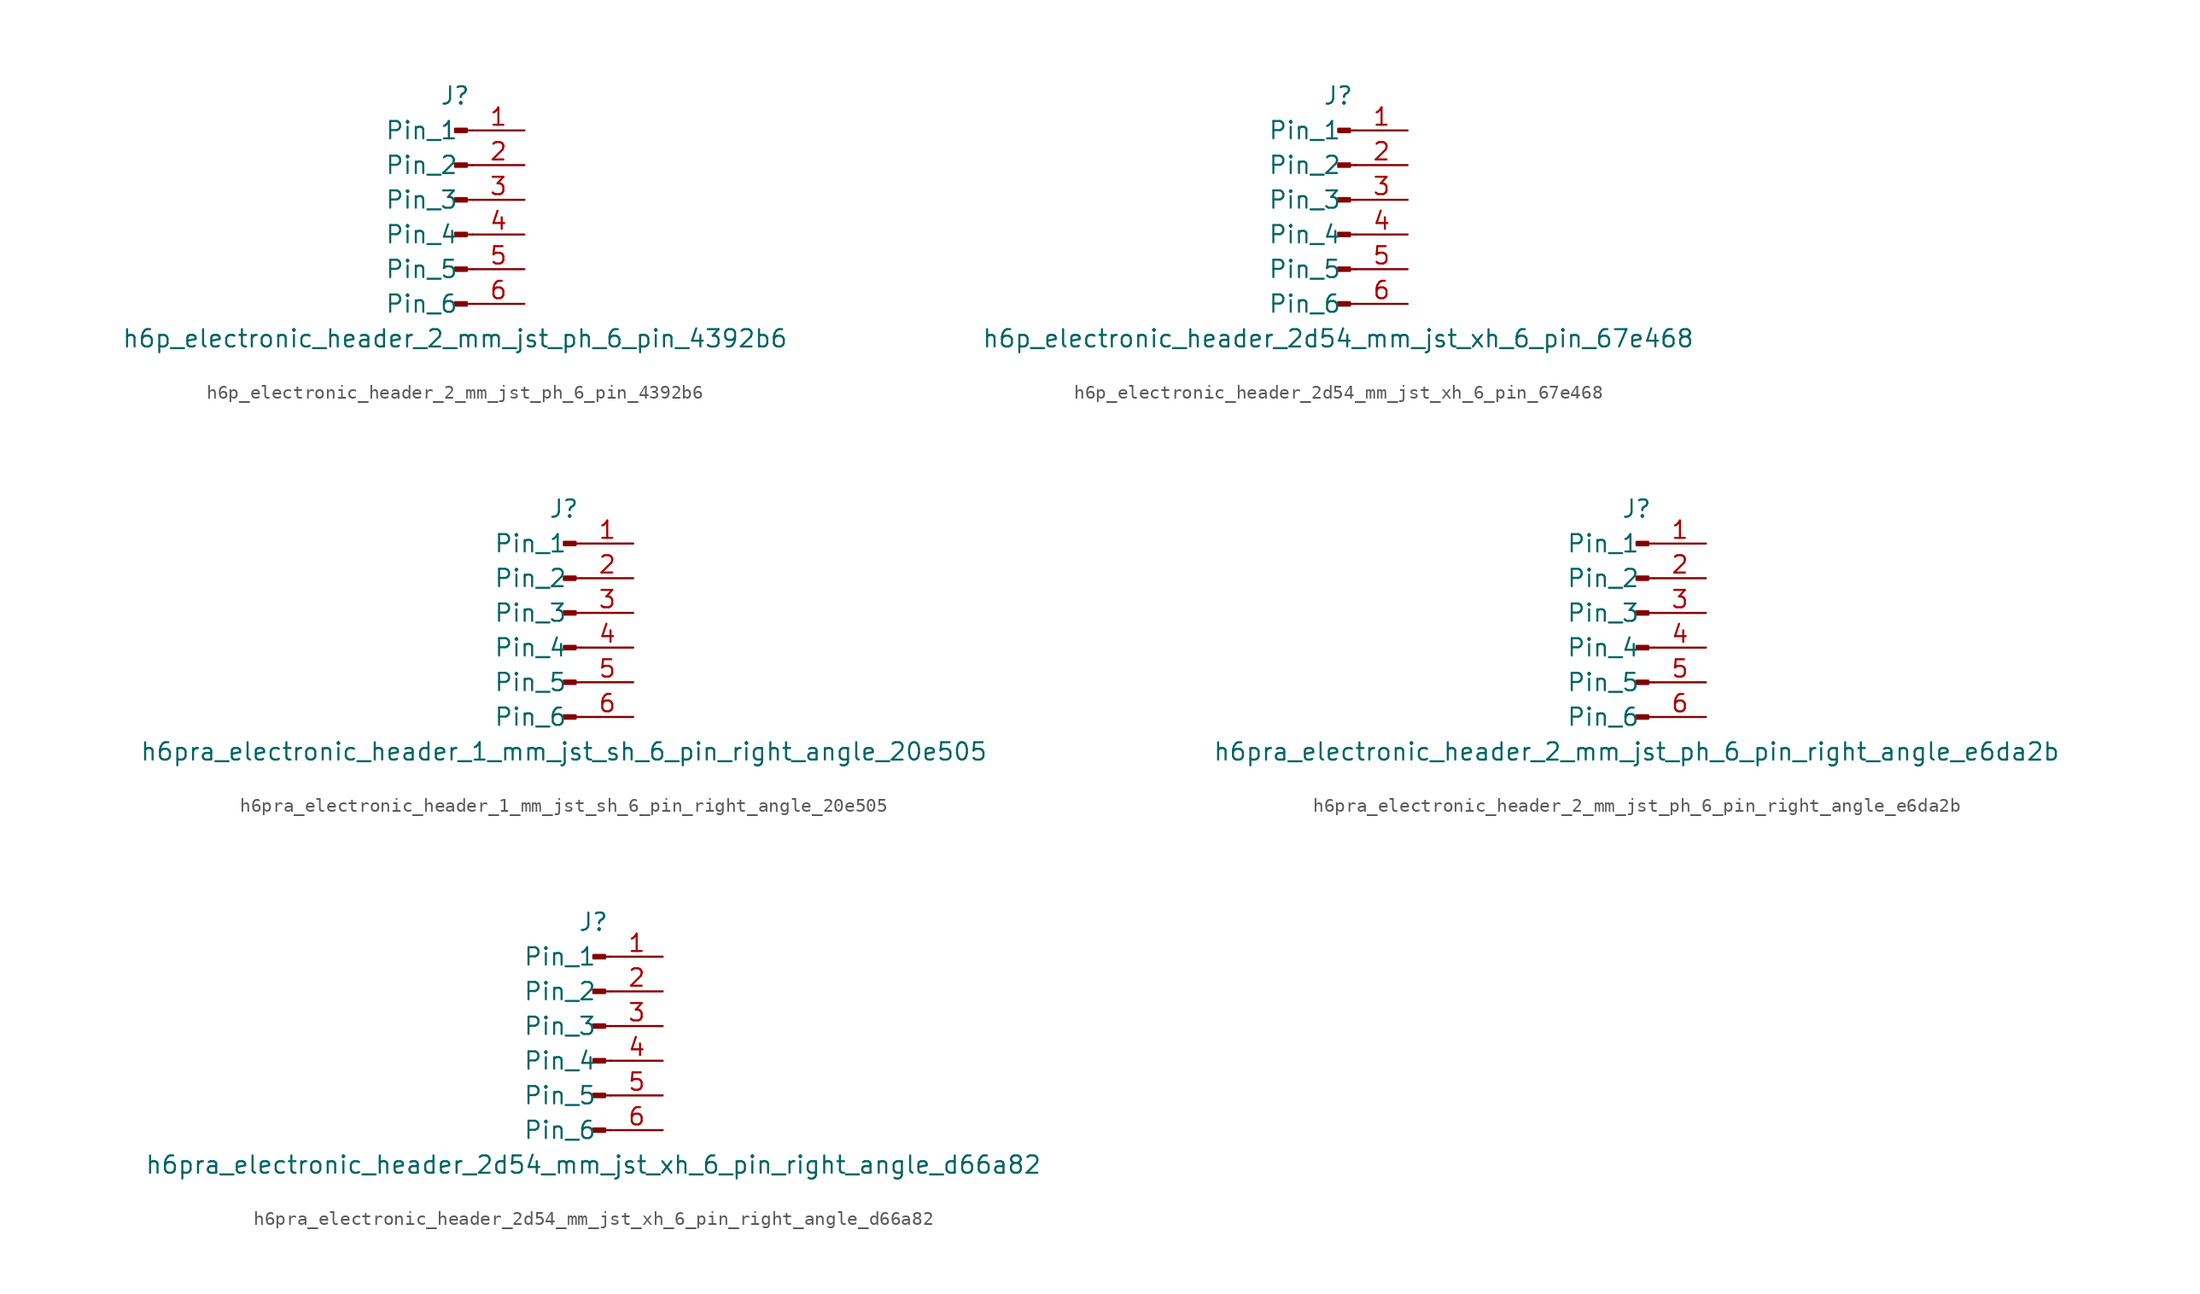
<source format=kicad_sym>
(kicad_symbol_lib
  (version 20220914)
  (generator kicad_symbol_editor)
  (symbol "h6p_electronic_header_2_mm_jst_ph_6_pin_4392b6"
    (pin_names
      (offset 1.016))
    (property "Reference" "J"
      (at 0 7.62 0)
      (effects (font (size 1.27 1.27))))
    (property "Value" "h6p_electronic_header_2_mm_jst_ph_6_pin_4392b6"
      (at 0 -10.16 0)
      (effects (font (size 1.27 1.27))))
    (property "ki_locked" ""
      (at 0 0 0)
      (effects (font (size 1.27 1.27))))
    (symbol "h6p_electronic_header_2_mm_jst_ph_6_pin_4392b6_1_1"
      (polyline (pts (xy 1.27 -7.62) (xy 0.864 -7.62)) (stroke (width 0.152) (type default)) (fill (type none)))
      (polyline (pts (xy 1.27 -5.08) (xy 0.864 -5.08)) (stroke (width 0.152) (type default)) (fill (type none)))
      (polyline (pts (xy 1.27 -2.54) (xy 0.864 -2.54)) (stroke (width 0.152) (type default)) (fill (type none)))
      (polyline (pts (xy 1.27 0) (xy 0.864 0)) (stroke (width 0.152) (type default)) (fill (type none)))
      (polyline (pts (xy 1.27 2.54) (xy 0.864 2.54)) (stroke (width 0.152) (type default)) (fill (type none)))
      (polyline (pts (xy 1.27 5.08) (xy 0.864 5.08)) (stroke (width 0.152) (type default)) (fill (type none)))
      (rectangle (start 0.864 -7.493) (end 0 -7.747) (stroke (width 0.152) (type default)) (fill (type outline)))
      (rectangle (start 0.864 -4.953) (end 0 -5.207) (stroke (width 0.152) (type default)) (fill (type outline)))
      (rectangle (start 0.864 -2.413) (end 0 -2.667) (stroke (width 0.152) (type default)) (fill (type outline)))
      (rectangle (start 0.864 0.127) (end 0 -0.127) (stroke (width 0.152) (type default)) (fill (type outline)))
      (rectangle (start 0.864 2.667) (end 0 2.413) (stroke (width 0.152) (type default)) (fill (type outline)))
      (rectangle (start 0.864 5.207) (end 0 4.953) (stroke (width 0.152) (type default)) (fill (type outline)))
      (pin passive line (at 5.08 5.08 180) (length 3.81) (name "Pin_1" (effects (font (size 1.27 1.27)))) (number "1" (effects (font (size 1.27 1.27)))))
      (pin passive line (at 5.08 2.54 180) (length 3.81) (name "Pin_2" (effects (font (size 1.27 1.27)))) (number "2" (effects (font (size 1.27 1.27)))))
      (pin passive line (at 5.08 0 180) (length 3.81) (name "Pin_3" (effects (font (size 1.27 1.27)))) (number "3" (effects (font (size 1.27 1.27)))))
      (pin passive line (at 5.08 -2.54 180) (length 3.81) (name "Pin_4" (effects (font (size 1.27 1.27)))) (number "4" (effects (font (size 1.27 1.27)))))
      (pin passive line (at 5.08 -5.08 180) (length 3.81) (name "Pin_5" (effects (font (size 1.27 1.27)))) (number "5" (effects (font (size 1.27 1.27)))))
      (pin passive line (at 5.08 -7.62 180) (length 3.81) (name "Pin_6" (effects (font (size 1.27 1.27)))) (number "6" (effects (font (size 1.27 1.27)))))))
  (symbol "h6p_electronic_header_2d54_mm_jst_xh_6_pin_67e468"
    (pin_names
      (offset 1.016))
    (property "Reference" "J"
      (at 0 7.62 0)
      (effects (font (size 1.27 1.27))))
    (property "Value" "h6p_electronic_header_2d54_mm_jst_xh_6_pin_67e468"
      (at 0 -10.16 0)
      (effects (font (size 1.27 1.27))))
    (property "ki_locked" ""
      (at 0 0 0)
      (effects (font (size 1.27 1.27))))
    (symbol "h6p_electronic_header_2d54_mm_jst_xh_6_pin_67e468_1_1"
      (polyline (pts (xy 1.27 -7.62) (xy 0.864 -7.62)) (stroke (width 0.152) (type default)) (fill (type none)))
      (polyline (pts (xy 1.27 -5.08) (xy 0.864 -5.08)) (stroke (width 0.152) (type default)) (fill (type none)))
      (polyline (pts (xy 1.27 -2.54) (xy 0.864 -2.54)) (stroke (width 0.152) (type default)) (fill (type none)))
      (polyline (pts (xy 1.27 0) (xy 0.864 0)) (stroke (width 0.152) (type default)) (fill (type none)))
      (polyline (pts (xy 1.27 2.54) (xy 0.864 2.54)) (stroke (width 0.152) (type default)) (fill (type none)))
      (polyline (pts (xy 1.27 5.08) (xy 0.864 5.08)) (stroke (width 0.152) (type default)) (fill (type none)))
      (rectangle (start 0.864 -7.493) (end 0 -7.747) (stroke (width 0.152) (type default)) (fill (type outline)))
      (rectangle (start 0.864 -4.953) (end 0 -5.207) (stroke (width 0.152) (type default)) (fill (type outline)))
      (rectangle (start 0.864 -2.413) (end 0 -2.667) (stroke (width 0.152) (type default)) (fill (type outline)))
      (rectangle (start 0.864 0.127) (end 0 -0.127) (stroke (width 0.152) (type default)) (fill (type outline)))
      (rectangle (start 0.864 2.667) (end 0 2.413) (stroke (width 0.152) (type default)) (fill (type outline)))
      (rectangle (start 0.864 5.207) (end 0 4.953) (stroke (width 0.152) (type default)) (fill (type outline)))
      (pin passive line (at 5.08 5.08 180) (length 3.81) (name "Pin_1" (effects (font (size 1.27 1.27)))) (number "1" (effects (font (size 1.27 1.27)))))
      (pin passive line (at 5.08 2.54 180) (length 3.81) (name "Pin_2" (effects (font (size 1.27 1.27)))) (number "2" (effects (font (size 1.27 1.27)))))
      (pin passive line (at 5.08 0 180) (length 3.81) (name "Pin_3" (effects (font (size 1.27 1.27)))) (number "3" (effects (font (size 1.27 1.27)))))
      (pin passive line (at 5.08 -2.54 180) (length 3.81) (name "Pin_4" (effects (font (size 1.27 1.27)))) (number "4" (effects (font (size 1.27 1.27)))))
      (pin passive line (at 5.08 -5.08 180) (length 3.81) (name "Pin_5" (effects (font (size 1.27 1.27)))) (number "5" (effects (font (size 1.27 1.27)))))
      (pin passive line (at 5.08 -7.62 180) (length 3.81) (name "Pin_6" (effects (font (size 1.27 1.27)))) (number "6" (effects (font (size 1.27 1.27)))))))
  (symbol "h6pra_electronic_header_1_mm_jst_sh_6_pin_right_angle_20e505"
    (pin_names
      (offset 1.016))
    (property "Reference" "J"
      (at 0 7.62 0)
      (effects (font (size 1.27 1.27))))
    (property "Value" "h6pra_electronic_header_1_mm_jst_sh_6_pin_right_angle_20e505"
      (at 0 -10.16 0)
      (effects (font (size 1.27 1.27))))
    (property "ki_locked" ""
      (at 0 0 0)
      (effects (font (size 1.27 1.27))))
    (symbol "h6pra_electronic_header_1_mm_jst_sh_6_pin_right_angle_20e505_1_1"
      (polyline (pts (xy 1.27 -7.62) (xy 0.864 -7.62)) (stroke (width 0.152) (type default)) (fill (type none)))
      (polyline (pts (xy 1.27 -5.08) (xy 0.864 -5.08)) (stroke (width 0.152) (type default)) (fill (type none)))
      (polyline (pts (xy 1.27 -2.54) (xy 0.864 -2.54)) (stroke (width 0.152) (type default)) (fill (type none)))
      (polyline (pts (xy 1.27 0) (xy 0.864 0)) (stroke (width 0.152) (type default)) (fill (type none)))
      (polyline (pts (xy 1.27 2.54) (xy 0.864 2.54)) (stroke (width 0.152) (type default)) (fill (type none)))
      (polyline (pts (xy 1.27 5.08) (xy 0.864 5.08)) (stroke (width 0.152) (type default)) (fill (type none)))
      (rectangle (start 0.864 -7.493) (end 0 -7.747) (stroke (width 0.152) (type default)) (fill (type outline)))
      (rectangle (start 0.864 -4.953) (end 0 -5.207) (stroke (width 0.152) (type default)) (fill (type outline)))
      (rectangle (start 0.864 -2.413) (end 0 -2.667) (stroke (width 0.152) (type default)) (fill (type outline)))
      (rectangle (start 0.864 0.127) (end 0 -0.127) (stroke (width 0.152) (type default)) (fill (type outline)))
      (rectangle (start 0.864 2.667) (end 0 2.413) (stroke (width 0.152) (type default)) (fill (type outline)))
      (rectangle (start 0.864 5.207) (end 0 4.953) (stroke (width 0.152) (type default)) (fill (type outline)))
      (pin passive line (at 5.08 5.08 180) (length 3.81) (name "Pin_1" (effects (font (size 1.27 1.27)))) (number "1" (effects (font (size 1.27 1.27)))))
      (pin passive line (at 5.08 2.54 180) (length 3.81) (name "Pin_2" (effects (font (size 1.27 1.27)))) (number "2" (effects (font (size 1.27 1.27)))))
      (pin passive line (at 5.08 0 180) (length 3.81) (name "Pin_3" (effects (font (size 1.27 1.27)))) (number "3" (effects (font (size 1.27 1.27)))))
      (pin passive line (at 5.08 -2.54 180) (length 3.81) (name "Pin_4" (effects (font (size 1.27 1.27)))) (number "4" (effects (font (size 1.27 1.27)))))
      (pin passive line (at 5.08 -5.08 180) (length 3.81) (name "Pin_5" (effects (font (size 1.27 1.27)))) (number "5" (effects (font (size 1.27 1.27)))))
      (pin passive line (at 5.08 -7.62 180) (length 3.81) (name "Pin_6" (effects (font (size 1.27 1.27)))) (number "6" (effects (font (size 1.27 1.27)))))))
  (symbol "h6pra_electronic_header_2_mm_jst_ph_6_pin_right_angle_e6da2b"
    (pin_names
      (offset 1.016))
    (property "Reference" "J"
      (at 0 7.62 0)
      (effects (font (size 1.27 1.27))))
    (property "Value" "h6pra_electronic_header_2_mm_jst_ph_6_pin_right_angle_e6da2b"
      (at 0 -10.16 0)
      (effects (font (size 1.27 1.27))))
    (property "ki_locked" ""
      (at 0 0 0)
      (effects (font (size 1.27 1.27))))
    (symbol "h6pra_electronic_header_2_mm_jst_ph_6_pin_right_angle_e6da2b_1_1"
      (polyline (pts (xy 1.27 -7.62) (xy 0.864 -7.62)) (stroke (width 0.152) (type default)) (fill (type none)))
      (polyline (pts (xy 1.27 -5.08) (xy 0.864 -5.08)) (stroke (width 0.152) (type default)) (fill (type none)))
      (polyline (pts (xy 1.27 -2.54) (xy 0.864 -2.54)) (stroke (width 0.152) (type default)) (fill (type none)))
      (polyline (pts (xy 1.27 0) (xy 0.864 0)) (stroke (width 0.152) (type default)) (fill (type none)))
      (polyline (pts (xy 1.27 2.54) (xy 0.864 2.54)) (stroke (width 0.152) (type default)) (fill (type none)))
      (polyline (pts (xy 1.27 5.08) (xy 0.864 5.08)) (stroke (width 0.152) (type default)) (fill (type none)))
      (rectangle (start 0.864 -7.493) (end 0 -7.747) (stroke (width 0.152) (type default)) (fill (type outline)))
      (rectangle (start 0.864 -4.953) (end 0 -5.207) (stroke (width 0.152) (type default)) (fill (type outline)))
      (rectangle (start 0.864 -2.413) (end 0 -2.667) (stroke (width 0.152) (type default)) (fill (type outline)))
      (rectangle (start 0.864 0.127) (end 0 -0.127) (stroke (width 0.152) (type default)) (fill (type outline)))
      (rectangle (start 0.864 2.667) (end 0 2.413) (stroke (width 0.152) (type default)) (fill (type outline)))
      (rectangle (start 0.864 5.207) (end 0 4.953) (stroke (width 0.152) (type default)) (fill (type outline)))
      (pin passive line (at 5.08 5.08 180) (length 3.81) (name "Pin_1" (effects (font (size 1.27 1.27)))) (number "1" (effects (font (size 1.27 1.27)))))
      (pin passive line (at 5.08 2.54 180) (length 3.81) (name "Pin_2" (effects (font (size 1.27 1.27)))) (number "2" (effects (font (size 1.27 1.27)))))
      (pin passive line (at 5.08 0 180) (length 3.81) (name "Pin_3" (effects (font (size 1.27 1.27)))) (number "3" (effects (font (size 1.27 1.27)))))
      (pin passive line (at 5.08 -2.54 180) (length 3.81) (name "Pin_4" (effects (font (size 1.27 1.27)))) (number "4" (effects (font (size 1.27 1.27)))))
      (pin passive line (at 5.08 -5.08 180) (length 3.81) (name "Pin_5" (effects (font (size 1.27 1.27)))) (number "5" (effects (font (size 1.27 1.27)))))
      (pin passive line (at 5.08 -7.62 180) (length 3.81) (name "Pin_6" (effects (font (size 1.27 1.27)))) (number "6" (effects (font (size 1.27 1.27)))))))
  (symbol "h6pra_electronic_header_2d54_mm_jst_xh_6_pin_right_angle_d66a82"
    (pin_names
      (offset 1.016))
    (property "Reference" "J"
      (at 0 7.62 0)
      (effects (font (size 1.27 1.27))))
    (property "Value" "h6pra_electronic_header_2d54_mm_jst_xh_6_pin_right_angle_d66a82"
      (at 0 -10.16 0)
      (effects (font (size 1.27 1.27))))
    (property "ki_locked" ""
      (at 0 0 0)
      (effects (font (size 1.27 1.27))))
    (symbol "h6pra_electronic_header_2d54_mm_jst_xh_6_pin_right_angle_d66a82_1_1"
      (polyline (pts (xy 1.27 -7.62) (xy 0.864 -7.62)) (stroke (width 0.152) (type default)) (fill (type none)))
      (polyline (pts (xy 1.27 -5.08) (xy 0.864 -5.08)) (stroke (width 0.152) (type default)) (fill (type none)))
      (polyline (pts (xy 1.27 -2.54) (xy 0.864 -2.54)) (stroke (width 0.152) (type default)) (fill (type none)))
      (polyline (pts (xy 1.27 0) (xy 0.864 0)) (stroke (width 0.152) (type default)) (fill (type none)))
      (polyline (pts (xy 1.27 2.54) (xy 0.864 2.54)) (stroke (width 0.152) (type default)) (fill (type none)))
      (polyline (pts (xy 1.27 5.08) (xy 0.864 5.08)) (stroke (width 0.152) (type default)) (fill (type none)))
      (rectangle (start 0.864 -7.493) (end 0 -7.747) (stroke (width 0.152) (type default)) (fill (type outline)))
      (rectangle (start 0.864 -4.953) (end 0 -5.207) (stroke (width 0.152) (type default)) (fill (type outline)))
      (rectangle (start 0.864 -2.413) (end 0 -2.667) (stroke (width 0.152) (type default)) (fill (type outline)))
      (rectangle (start 0.864 0.127) (end 0 -0.127) (stroke (width 0.152) (type default)) (fill (type outline)))
      (rectangle (start 0.864 2.667) (end 0 2.413) (stroke (width 0.152) (type default)) (fill (type outline)))
      (rectangle (start 0.864 5.207) (end 0 4.953) (stroke (width 0.152) (type default)) (fill (type outline)))
      (pin passive line (at 5.08 5.08 180) (length 3.81) (name "Pin_1" (effects (font (size 1.27 1.27)))) (number "1" (effects (font (size 1.27 1.27)))))
      (pin passive line (at 5.08 2.54 180) (length 3.81) (name "Pin_2" (effects (font (size 1.27 1.27)))) (number "2" (effects (font (size 1.27 1.27)))))
      (pin passive line (at 5.08 0 180) (length 3.81) (name "Pin_3" (effects (font (size 1.27 1.27)))) (number "3" (effects (font (size 1.27 1.27)))))
      (pin passive line (at 5.08 -2.54 180) (length 3.81) (name "Pin_4" (effects (font (size 1.27 1.27)))) (number "4" (effects (font (size 1.27 1.27)))))
      (pin passive line (at 5.08 -5.08 180) (length 3.81) (name "Pin_5" (effects (font (size 1.27 1.27)))) (number "5" (effects (font (size 1.27 1.27)))))
      (pin passive line (at 5.08 -7.62 180) (length 3.81) (name "Pin_6" (effects (font (size 1.27 1.27)))) (number "6" (effects (font (size 1.27 1.27))))))))
</source>
